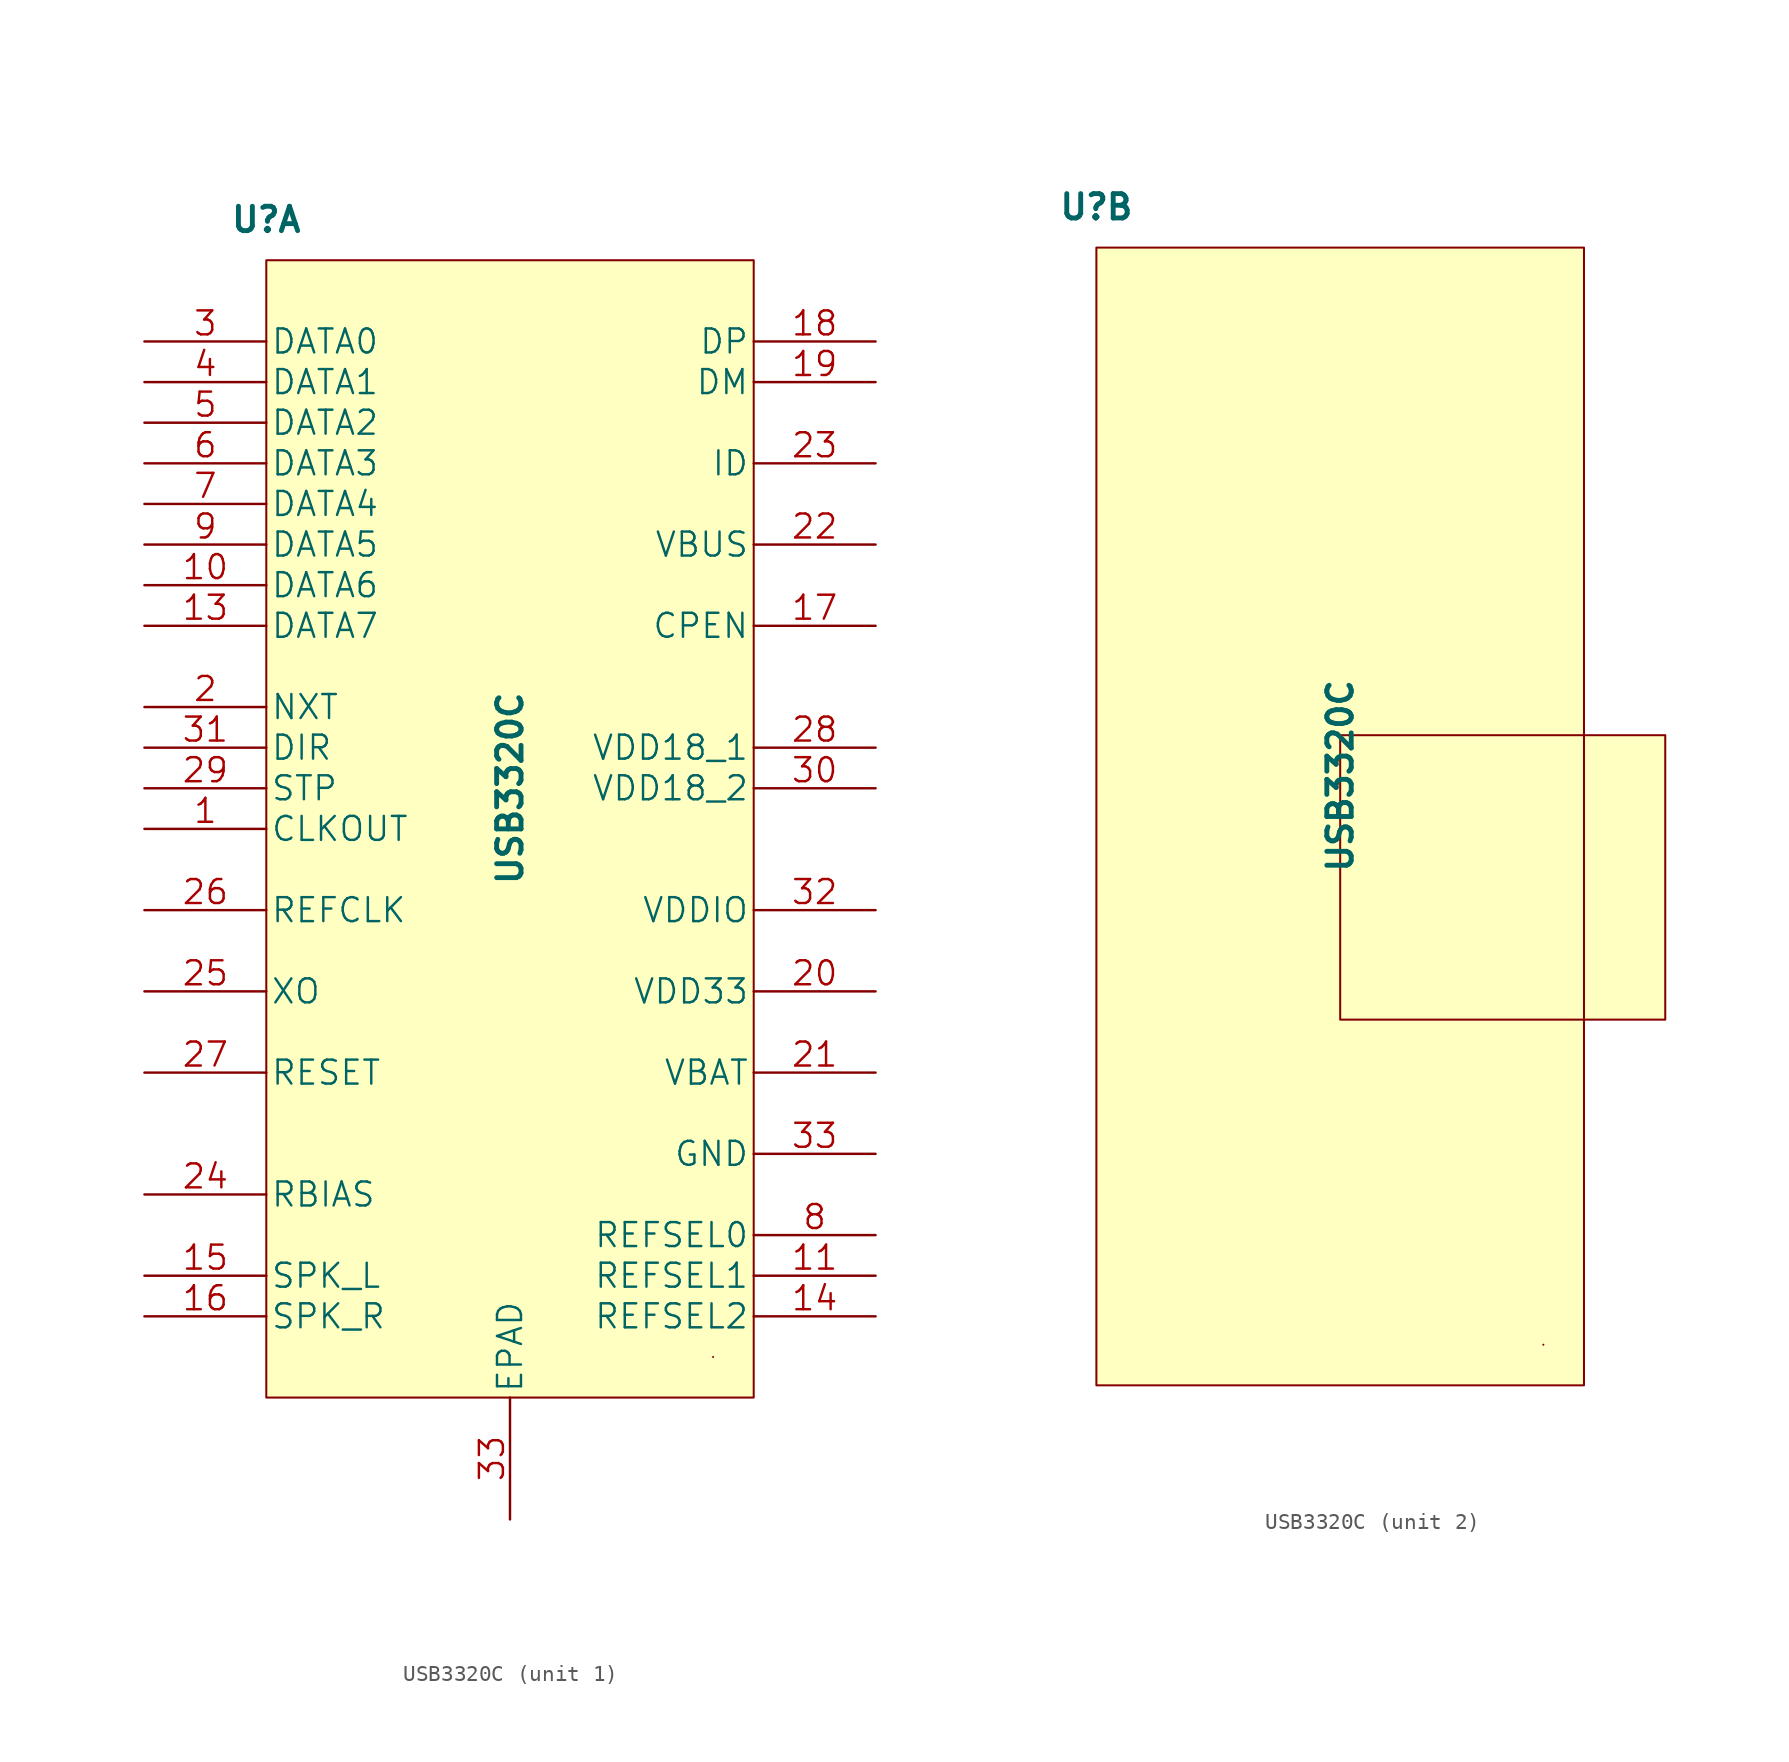
<source format=kicad_sym>
(kicad_symbol_lib
  (version 20220914)
  (generator kicad_symbol_editor)
  (symbol "USB3320C"
    (pin_names
      (offset 0.254))
    (property "Reference" "U"
      (at -15.24 35.56 0)
      (effects (font (size 1.524 1.524) bold)))
    (property "Value" "USB3320C"
      (at 0 0 90)
      (effects (font (size 1.524 1.524) bold)))
    (property "Datasheet" ""
      (at 7.62 -30.48 0)
      (effects (font (size 1.524 1.524))))
    (symbol "USB3320C_0_1"
      (rectangle (start -15.24 33.02) (end 15.24 -38.1) (stroke (width 0.127) (type solid)) (fill (type background)))
      (rectangle (start 12.7 -35.56) (end 12.7 -35.56) (stroke (width 0.127) (type solid)) (fill (type none))))
    (symbol "USB3320C_1_1"
      (pin output line (at -22.86 -2.54 0) (length 7.62) (name "CLKOUT" (effects (font (size 1.499 1.499)))) (number "1" (effects (font (size 1.499 1.499)))))
      (pin bidirectional line (at -22.86 12.7 0) (length 7.62) (name "DATA6" (effects (font (size 1.499 1.499)))) (number "10" (effects (font (size 1.499 1.499)))))
      (pin input line (at 22.86 -30.48 180) (length 7.62) (name "REFSEL1" (effects (font (size 1.499 1.499)))) (number "11" (effects (font (size 1.499 1.499)))))
      (pin no_connect line (at 12.7 -35.56 180) (length 0) hide (name "NC" (effects (font (size 1.499 1.499)))) (number "12" (effects (font (size 1.499 1.499)))))
      (pin bidirectional line (at -22.86 10.16 0) (length 7.62) (name "DATA7" (effects (font (size 1.499 1.499)))) (number "13" (effects (font (size 1.499 1.499)))))
      (pin input line (at 22.86 -33.02 180) (length 7.62) (name "REFSEL2" (effects (font (size 1.499 1.499)))) (number "14" (effects (font (size 1.499 1.499)))))
      (pin bidirectional line (at -22.86 -30.48 0) (length 7.62) (name "SPK_L" (effects (font (size 1.499 1.499)))) (number "15" (effects (font (size 1.499 1.499)))))
      (pin bidirectional line (at -22.86 -33.02 0) (length 7.62) (name "SPK_R" (effects (font (size 1.499 1.499)))) (number "16" (effects (font (size 1.499 1.499)))))
      (pin output line (at 22.86 10.16 180) (length 7.62) (name "CPEN" (effects (font (size 1.499 1.499)))) (number "17" (effects (font (size 1.499 1.499)))))
      (pin bidirectional line (at 22.86 27.94 180) (length 7.62) (name "DP" (effects (font (size 1.499 1.499)))) (number "18" (effects (font (size 1.499 1.499)))))
      (pin bidirectional line (at 22.86 25.4 180) (length 7.62) (name "DM" (effects (font (size 1.499 1.499)))) (number "19" (effects (font (size 1.499 1.499)))))
      (pin output line (at -22.86 5.08 0) (length 7.62) (name "NXT" (effects (font (size 1.499 1.499)))) (number "2" (effects (font (size 1.499 1.499)))))
      (pin power_in line (at 22.86 -12.7 180) (length 7.62) (name "VDD33" (effects (font (size 1.499 1.499)))) (number "20" (effects (font (size 1.499 1.499)))))
      (pin power_in line (at 22.86 -17.78 180) (length 7.62) (name "VBAT" (effects (font (size 1.499 1.499)))) (number "21" (effects (font (size 1.499 1.499)))))
      (pin bidirectional line (at 22.86 15.24 180) (length 7.62) (name "VBUS" (effects (font (size 1.499 1.499)))) (number "22" (effects (font (size 1.499 1.499)))))
      (pin input line (at 22.86 20.32 180) (length 7.62) (name "ID" (effects (font (size 1.499 1.499)))) (number "23" (effects (font (size 1.499 1.499)))))
      (pin unspecified line (at -22.86 -25.4 0) (length 7.62) (name "RBIAS" (effects (font (size 1.499 1.499)))) (number "24" (effects (font (size 1.499 1.499)))))
      (pin output line (at -22.86 -12.7 0) (length 7.62) (name "XO" (effects (font (size 1.499 1.499)))) (number "25" (effects (font (size 1.499 1.499)))))
      (pin input line (at -22.86 -7.62 0) (length 7.62) (name "REFCLK" (effects (font (size 1.499 1.499)))) (number "26" (effects (font (size 1.499 1.499)))))
      (pin input line (at -22.86 -17.78 0) (length 7.62) (name "RESET" (effects (font (size 1.499 1.499)))) (number "27" (effects (font (size 1.499 1.499)))))
      (pin power_in line (at 22.86 2.54 180) (length 7.62) (name "VDD18_1" (effects (font (size 1.499 1.499)))) (number "28" (effects (font (size 1.499 1.499)))))
      (pin input line (at -22.86 0 0) (length 7.62) (name "STP" (effects (font (size 1.499 1.499)))) (number "29" (effects (font (size 1.499 1.499)))))
      (pin bidirectional line (at -22.86 27.94 0) (length 7.62) (name "DATA0" (effects (font (size 1.499 1.499)))) (number "3" (effects (font (size 1.499 1.499)))))
      (pin power_in line (at 22.86 0 180) (length 7.62) (name "VDD18_2" (effects (font (size 1.499 1.499)))) (number "30" (effects (font (size 1.499 1.499)))))
      (pin output line (at -22.86 2.54 0) (length 7.62) (name "DIR" (effects (font (size 1.499 1.499)))) (number "31" (effects (font (size 1.499 1.499)))))
      (pin power_in line (at 22.86 -7.62 180) (length 7.62) (name "VDDIO" (effects (font (size 1.499 1.499)))) (number "32" (effects (font (size 1.499 1.499)))))
      (pin power_in line (at 0 -45.72 90) (length 7.62) (name "EPAD" (effects (font (size 1.499 1.499)))) (number "33" (effects (font (size 1.499 1.499)))))
      (pin power_in line (at 22.86 -22.86 180) (length 7.62) (name "GND" (effects (font (size 1.499 1.499)))) (number "33" (effects (font (size 1.499 1.499)))))
      (pin bidirectional line (at -22.86 25.4 0) (length 7.62) (name "DATA1" (effects (font (size 1.499 1.499)))) (number "4" (effects (font (size 1.499 1.499)))))
      (pin bidirectional line (at -22.86 22.86 0) (length 7.62) (name "DATA2" (effects (font (size 1.499 1.499)))) (number "5" (effects (font (size 1.499 1.499)))))
      (pin bidirectional line (at -22.86 20.32 0) (length 7.62) (name "DATA3" (effects (font (size 1.499 1.499)))) (number "6" (effects (font (size 1.499 1.499)))))
      (pin bidirectional line (at -22.86 17.78 0) (length 7.62) (name "DATA4" (effects (font (size 1.499 1.499)))) (number "7" (effects (font (size 1.499 1.499)))))
      (pin input line (at 22.86 -27.94 180) (length 7.62) (name "REFSEL0" (effects (font (size 1.499 1.499)))) (number "8" (effects (font (size 1.499 1.499)))))
      (pin bidirectional line (at -22.86 15.24 0) (length 7.62) (name "DATA5" (effects (font (size 1.499 1.499)))) (number "9" (effects (font (size 1.499 1.499))))))
    (symbol "USB3320C_2_1"
      (rectangle (start 0 2.54) (end 20.32 -15.24) (stroke (width 0.127) (type solid)) (fill (type background))))))
</source>
